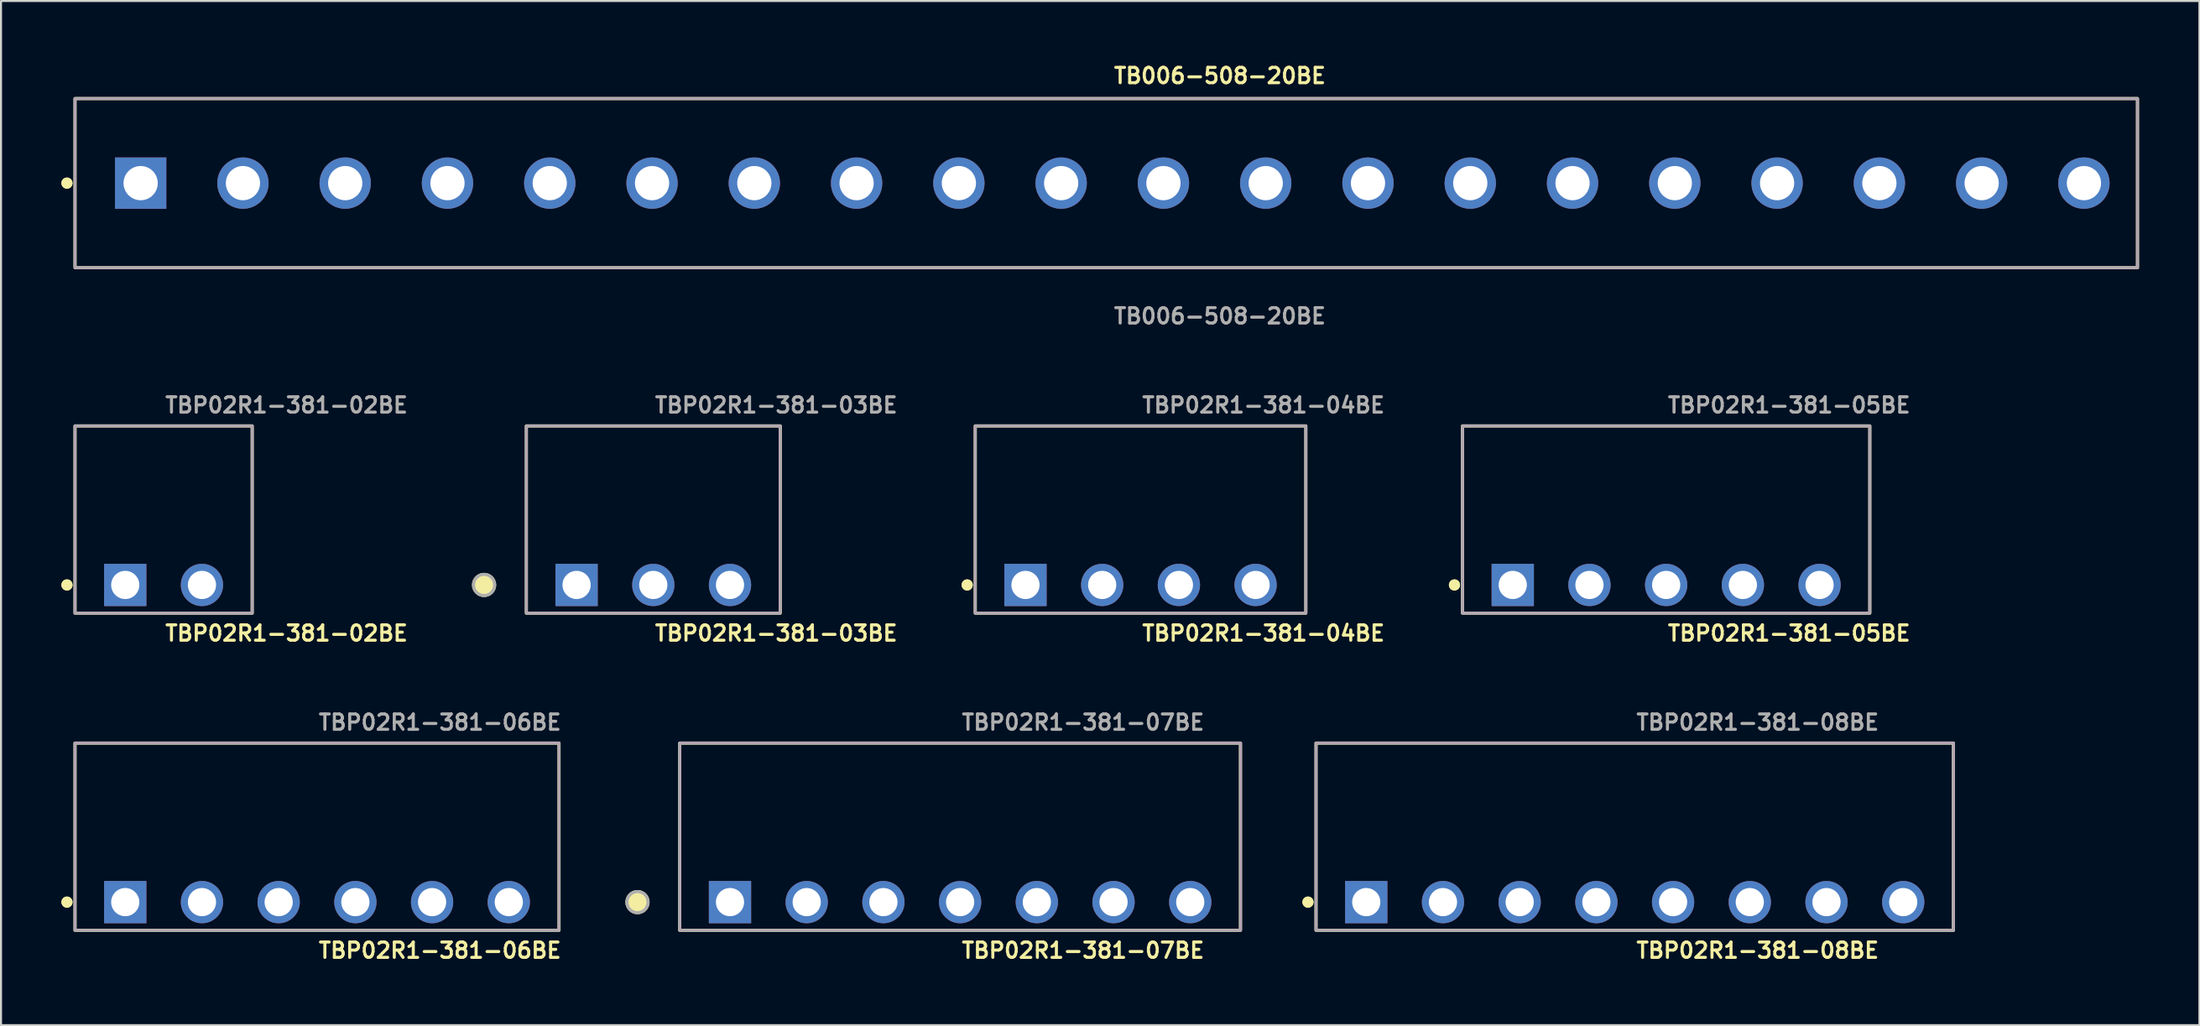
<source format=kicad_pcb>
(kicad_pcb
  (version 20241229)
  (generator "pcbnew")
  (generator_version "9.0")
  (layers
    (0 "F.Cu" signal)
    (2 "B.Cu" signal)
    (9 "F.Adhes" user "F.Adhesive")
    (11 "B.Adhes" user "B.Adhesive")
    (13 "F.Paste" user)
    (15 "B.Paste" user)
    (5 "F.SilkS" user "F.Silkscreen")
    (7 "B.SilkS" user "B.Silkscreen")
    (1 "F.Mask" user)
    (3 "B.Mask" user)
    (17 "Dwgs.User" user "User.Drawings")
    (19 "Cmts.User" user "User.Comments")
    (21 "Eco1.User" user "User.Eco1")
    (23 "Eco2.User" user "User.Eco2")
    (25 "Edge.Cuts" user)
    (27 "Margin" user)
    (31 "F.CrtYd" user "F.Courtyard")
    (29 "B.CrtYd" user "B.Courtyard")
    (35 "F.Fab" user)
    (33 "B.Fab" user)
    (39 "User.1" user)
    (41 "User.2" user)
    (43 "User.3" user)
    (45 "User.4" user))
  (footprint "TBP02R1-381-08BE"
    (layer "F.Cu")
    (at 78.145 41.764)
    (property "Reference" "TBP02R1-381-08BE" (at 0 2.4 0) (unlocked yes) (layer "F.SilkS") (effects (font (size 0.762 0.762) (thickness 0.152)) (justify left)))
    (fp_rect (start -15.83 1.4) (end 15.83 -7.9) (stroke (width 0.152) (type solid)) (fill no) (layer "F.SilkS"))
    (fp_circle (center -16.23 0) (end -16.43 0) (stroke (width 0.152) (type solid)) (fill yes) (layer "F.SilkS"))
    (fp_circle (center -16.23 0) (end -16.43 0) (stroke (width 0.152) (type solid)) (fill yes) (layer "F.SilkS"))
    (fp_rect (start -15.83 1.4) (end 15.83 -7.9) (stroke (width 0.006) (type solid)) (fill no) (layer "F.CrtYd"))
    (fp_rect (start -15.83 1.4) (end 15.83 -7.9) (stroke (width 0.152) (type solid)) (fill no) (layer "F.Fab"))
    (fp_text user "${REFERENCE}" (at 0 -8.93 0) (unlocked yes) (layer "F.Fab") (effects (font (size 0.762 0.762) (thickness 0.152)) (justify left)))
    (pad "1" thru_hole rect (at -13.335 0) (size 2.1 2.1) (drill 1.4) (layers "*.Cu" "*.Mask"))
    (pad "2" thru_hole circle (at -9.525 0) (size 2.1 2.1) (drill 1.4) (layers "*.Cu" "*.Mask"))
    (pad "3" thru_hole circle (at -5.715 0) (size 2.1 2.1) (drill 1.4) (layers "*.Cu" "*.Mask"))
    (pad "4" thru_hole circle (at -1.905 0) (size 2.1 2.1) (drill 1.4) (layers "*.Cu" "*.Mask"))
    (pad "5" thru_hole circle (at 1.905 0) (size 2.1 2.1) (drill 1.4) (layers "*.Cu" "*.Mask"))
    (pad "6" thru_hole circle (at 5.715 0) (size 2.1 2.1) (drill 1.4) (layers "*.Cu" "*.Mask"))
    (pad "7" thru_hole circle (at 9.525 0) (size 2.1 2.1) (drill 1.4) (layers "*.Cu" "*.Mask"))
    (pad "8" thru_hole circle (at 13.335 0) (size 2.1 2.1) (drill 1.4) (layers "*.Cu" "*.Mask")))
  (footprint "TBP02R1-381-05BE"
    (layer "F.Cu")
    (at 79.706 26.008)
    (property "Reference" "TBP02R1-381-05BE" (at 0 2.4 0) (unlocked yes) (layer "F.SilkS") (effects (font (size 0.762 0.762) (thickness 0.152)) (justify left)))
    (fp_rect (start -10.115 1.4) (end 10.115 -7.9) (stroke (width 0.152) (type solid)) (fill no) (layer "F.SilkS"))
    (fp_circle (center -10.515 0) (end -10.715 0) (stroke (width 0.152) (type solid)) (fill yes) (layer "F.SilkS"))
    (fp_circle (center -10.515 0) (end -10.715 0) (stroke (width 0.152) (type solid)) (fill yes) (layer "F.SilkS"))
    (fp_rect (start -10.115 1.4) (end 10.115 -7.9) (stroke (width 0.006) (type solid)) (fill no) (layer "F.CrtYd"))
    (fp_rect (start -10.115 1.4) (end 10.115 -7.9) (stroke (width 0.152) (type solid)) (fill no) (layer "F.Fab"))
    (fp_text user "${REFERENCE}" (at 0 -8.93 0) (unlocked yes) (layer "F.Fab") (effects (font (size 0.762 0.762) (thickness 0.152)) (justify left)))
    (pad "1" thru_hole rect (at -7.62 0) (size 2.1 2.1) (drill 1.4) (layers "*.Cu" "*.Mask"))
    (pad "2" thru_hole circle (at -3.81 0) (size 2.1 2.1) (drill 1.4) (layers "*.Cu" "*.Mask"))
    (pad "3" thru_hole circle (at 0 0) (size 2.1 2.1) (drill 1.4) (layers "*.Cu" "*.Mask"))
    (pad "4" thru_hole circle (at 3.81 0) (size 2.1 2.1) (drill 1.4) (layers "*.Cu" "*.Mask"))
    (pad "5" thru_hole circle (at 7.62 0) (size 2.1 2.1) (drill 1.4) (layers "*.Cu" "*.Mask")))
  (footprint "TBP02R1-381-06BE"
    (layer "F.Cu")
    (at 12.696 41.764)
    (property "Reference" "TBP02R1-381-06BE" (at 0 2.4 0) (unlocked yes) (layer "F.SilkS") (effects (font (size 0.762 0.762) (thickness 0.152)) (justify left)))
    (fp_rect (start -12.02 1.4) (end 12.02 -7.9) (stroke (width 0.152) (type solid)) (fill no) (layer "F.SilkS"))
    (fp_circle (center -12.42 0) (end -12.62 0) (stroke (width 0.152) (type solid)) (fill yes) (layer "F.SilkS"))
    (fp_circle (center -12.42 0) (end -12.62 0) (stroke (width 0.152) (type solid)) (fill yes) (layer "F.SilkS"))
    (fp_rect (start -12.02 1.4) (end 12.02 -7.9) (stroke (width 0.006) (type solid)) (fill no) (layer "F.CrtYd"))
    (fp_rect (start -12.02 1.4) (end 12.02 -7.9) (stroke (width 0.152) (type solid)) (fill no) (layer "F.Fab"))
    (fp_text user "${REFERENCE}" (at 0 -8.93 0) (unlocked yes) (layer "F.Fab") (effects (font (size 0.762 0.762) (thickness 0.152)) (justify left)))
    (pad "1" thru_hole rect (at -9.525 0) (size 2.1 2.1) (drill 1.4) (layers "*.Cu" "*.Mask"))
    (pad "2" thru_hole circle (at -5.715 0) (size 2.1 2.1) (drill 1.4) (layers "*.Cu" "*.Mask"))
    (pad "3" thru_hole circle (at -1.905 0) (size 2.1 2.1) (drill 1.4) (layers "*.Cu" "*.Mask"))
    (pad "4" thru_hole circle (at 1.905 0) (size 2.1 2.1) (drill 1.4) (layers "*.Cu" "*.Mask"))
    (pad "5" thru_hole circle (at 5.715 0) (size 2.1 2.1) (drill 1.4) (layers "*.Cu" "*.Mask"))
    (pad "6" thru_hole circle (at 9.525 0) (size 2.1 2.1) (drill 1.4) (layers "*.Cu" "*.Mask")))
  (footprint "TBP02R1-381-07BE"
    (layer "F.Cu")
    (at 44.638 41.764)
    (property "Reference" "TBP02R1-381-07BE" (at 0 2.4 0) (unlocked yes) (layer "F.SilkS") (effects (font (size 0.762 0.762) (thickness 0.152)) (justify left)))
    (fp_rect (start -13.925 1.4) (end 13.925 -7.9) (stroke (width 0.152) (type solid)) (fill no) (layer "F.SilkS"))
    (fp_circle (center -16.025 0) (end -16.55 0) (stroke (width 0.152) (type solid)) (fill yes) (layer "F.SilkS"))
    (fp_rect (start -13.925 1.4) (end 13.925 -7.9) (stroke (width 0.006) (type solid)) (fill no) (layer "F.CrtYd"))
    (fp_rect (start -13.925 1.4) (end 13.925 -7.9) (stroke (width 0.152) (type solid)) (fill no) (layer "F.Fab"))
    (fp_circle (center -16.025 0) (end -16.55 0) (stroke (width 0.152) (type solid)) (fill no) (layer "F.Fab"))
    (fp_text user "${REFERENCE}" (at 0 -8.93 0) (unlocked yes) (layer "F.Fab") (effects (font (size 0.762 0.762) (thickness 0.152)) (justify left)))
    (pad "1" thru_hole rect (at -11.43 0) (size 2.1 2.1) (drill 1.4) (layers "*.Cu" "*.Mask"))
    (pad "2" thru_hole circle (at -7.62 0) (size 2.1 2.1) (drill 1.4) (layers "*.Cu" "*.Mask"))
    (pad "3" thru_hole circle (at -3.81 0) (size 2.1 2.1) (drill 1.4) (layers "*.Cu" "*.Mask"))
    (pad "4" thru_hole circle (at 0 0) (size 2.1 2.1) (drill 1.4) (layers "*.Cu" "*.Mask"))
    (pad "5" thru_hole circle (at 3.81 0) (size 2.1 2.1) (drill 1.4) (layers "*.Cu" "*.Mask"))
    (pad "6" thru_hole circle (at 7.62 0) (size 2.1 2.1) (drill 1.4) (layers "*.Cu" "*.Mask"))
    (pad "7" thru_hole circle (at 11.43 0) (size 2.1 2.1) (drill 1.4) (layers "*.Cu" "*.Mask")))
  (footprint "TBP02R1-381-03BE"
    (layer "F.Cu")
    (at 29.398 26.008)
    (property "Reference" "TBP02R1-381-03BE" (at 0 2.4 0) (unlocked yes) (layer "F.SilkS") (effects (font (size 0.762 0.762) (thickness 0.152)) (justify left)))
    (fp_rect (start -6.305 1.4) (end 6.305 -7.9) (stroke (width 0.152) (type solid)) (fill no) (layer "F.SilkS"))
    (fp_circle (center -8.405 0) (end -8.93 0) (stroke (width 0.152) (type solid)) (fill yes) (layer "F.SilkS"))
    (fp_rect (start -6.305 1.4) (end 6.305 -7.9) (stroke (width 0.006) (type solid)) (fill no) (layer "F.CrtYd"))
    (fp_rect (start -6.305 1.4) (end 6.305 -7.9) (stroke (width 0.152) (type solid)) (fill no) (layer "F.Fab"))
    (fp_circle (center -8.405 0) (end -8.93 0) (stroke (width 0.152) (type solid)) (fill no) (layer "F.Fab"))
    (fp_text user "${REFERENCE}" (at 0 -8.93 0) (unlocked yes) (layer "F.Fab") (effects (font (size 0.762 0.762) (thickness 0.152)) (justify left)))
    (pad "1" thru_hole rect (at -3.81 0) (size 2.1 2.1) (drill 1.4) (layers "*.Cu" "*.Mask"))
    (pad "2" thru_hole circle (at 0 0) (size 2.1 2.1) (drill 1.4) (layers "*.Cu" "*.Mask"))
    (pad "3" thru_hole circle (at 3.81 0) (size 2.1 2.1) (drill 1.4) (layers "*.Cu" "*.Mask")))
  (footprint "TBP02R1-381-02BE"
    (layer "F.Cu")
    (at 5.076 26.008)
    (property "Reference" "TBP02R1-381-02BE" (at 0 2.4 0) (unlocked yes) (layer "F.SilkS") (effects (font (size 0.762 0.762) (thickness 0.152)) (justify left)))
    (fp_rect (start -4.4 1.4) (end 4.4 -7.9) (stroke (width 0.152) (type solid)) (fill no) (layer "F.SilkS"))
    (fp_circle (center -4.8 0) (end -5 0) (stroke (width 0.152) (type solid)) (fill yes) (layer "F.SilkS"))
    (fp_circle (center -4.8 0) (end -5 0) (stroke (width 0.152) (type solid)) (fill yes) (layer "F.SilkS"))
    (fp_rect (start -4.4 1.4) (end 4.4 -7.9) (stroke (width 0.006) (type solid)) (fill no) (layer "F.CrtYd"))
    (fp_rect (start -4.4 1.4) (end 4.4 -7.9) (stroke (width 0.152) (type solid)) (fill no) (layer "F.Fab"))
    (fp_text user "${REFERENCE}" (at 0 -8.93 0) (unlocked yes) (layer "F.Fab") (effects (font (size 0.762 0.762) (thickness 0.152)) (justify left)))
    (pad "1" thru_hole rect (at -1.905 0) (size 2.1 2.1) (drill 1.4) (layers "*.Cu" "*.Mask"))
    (pad "2" thru_hole circle (at 1.905 0) (size 2.1 2.1) (drill 1.4) (layers "*.Cu" "*.Mask")))
  (footprint "TB006-508-20BE"
    (layer "F.Cu")
    (at 52.196 6.047)
    (property "Reference" "TB006-508-20BE" (at 0 -5.334 0) (unlocked yes) (layer "F.SilkS") (effects (font (size 0.762 0.762) (thickness 0.152)) (justify left)))
    (fp_rect (start -51.52 4.2) (end 50.92 -4.2) (stroke (width 0.152) (type solid)) (fill no) (layer "F.SilkS"))
    (fp_circle (center -51.92 0) (end -52.12 0) (stroke (width 0.152) (type solid)) (fill yes) (layer "F.SilkS"))
    (fp_circle (center -51.92 0) (end -52.12 0) (stroke (width 0.152) (type solid)) (fill yes) (layer "F.SilkS"))
    (fp_rect (start -51.52 4.2) (end 50.92 -4.2) (stroke (width 0.006) (type solid)) (fill no) (layer "F.CrtYd"))
    (fp_rect (start -51.52 4.2) (end 50.92 -4.2) (stroke (width 0.152) (type solid)) (fill no) (layer "F.Fab"))
    (fp_text user "${REFERENCE}" (at 0 6.604 0) (unlocked yes) (layer "F.Fab") (effects (font (size 0.762 0.762) (thickness 0.152)) (justify left)))
    (pad "1" thru_hole rect (at -48.26 0) (size 2.55 2.55) (drill 1.7) (layers "*.Cu" "*.Mask"))
    (pad "2" thru_hole circle (at -43.18 0) (size 2.55 2.55) (drill 1.7) (layers "*.Cu" "*.Mask"))
    (pad "3" thru_hole circle (at -38.1 0) (size 2.55 2.55) (drill 1.7) (layers "*.Cu" "*.Mask"))
    (pad "4" thru_hole circle (at -33.02 0) (size 2.55 2.55) (drill 1.7) (layers "*.Cu" "*.Mask"))
    (pad "5" thru_hole circle (at -27.94 0) (size 2.55 2.55) (drill 1.7) (layers "*.Cu" "*.Mask"))
    (pad "6" thru_hole circle (at -22.86 0) (size 2.55 2.55) (drill 1.7) (layers "*.Cu" "*.Mask"))
    (pad "7" thru_hole circle (at -17.78 0) (size 2.55 2.55) (drill 1.7) (layers "*.Cu" "*.Mask"))
    (pad "8" thru_hole circle (at -12.7 0) (size 2.55 2.55) (drill 1.7) (layers "*.Cu" "*.Mask"))
    (pad "9" thru_hole circle (at -7.62 0) (size 2.55 2.55) (drill 1.7) (layers "*.Cu" "*.Mask"))
    (pad "10" thru_hole circle (at -2.54 0) (size 2.55 2.55) (drill 1.7) (layers "*.Cu" "*.Mask"))
    (pad "11" thru_hole circle (at 2.54 0) (size 2.55 2.55) (drill 1.7) (layers "*.Cu" "*.Mask"))
    (pad "12" thru_hole circle (at 7.62 0) (size 2.55 2.55) (drill 1.7) (layers "*.Cu" "*.Mask"))
    (pad "13" thru_hole circle (at 12.7 0) (size 2.55 2.55) (drill 1.7) (layers "*.Cu" "*.Mask"))
    (pad "14" thru_hole circle (at 17.78 0) (size 2.55 2.55) (drill 1.7) (layers "*.Cu" "*.Mask"))
    (pad "15" thru_hole circle (at 22.86 0) (size 2.55 2.55) (drill 1.7) (layers "*.Cu" "*.Mask"))
    (pad "16" thru_hole circle (at 27.94 0) (size 2.55 2.55) (drill 1.7) (layers "*.Cu" "*.Mask"))
    (pad "17" thru_hole circle (at 33.02 0) (size 2.55 2.55) (drill 1.7) (layers "*.Cu" "*.Mask"))
    (pad "18" thru_hole circle (at 38.1 0) (size 2.55 2.55) (drill 1.7) (layers "*.Cu" "*.Mask"))
    (pad "19" thru_hole circle (at 43.18 0) (size 2.55 2.55) (drill 1.7) (layers "*.Cu" "*.Mask"))
    (pad "20" thru_hole circle (at 48.26 0) (size 2.55 2.55) (drill 1.7) (layers "*.Cu" "*.Mask")))
  (footprint "TBP02R1-381-04BE"
    (layer "F.Cu")
    (at 53.599 26.008)
    (property "Reference" "TBP02R1-381-04BE" (at 0 2.4 0) (unlocked yes) (layer "F.SilkS") (effects (font (size 0.762 0.762) (thickness 0.152)) (justify left)))
    (fp_rect (start -8.21 1.4) (end 8.21 -7.9) (stroke (width 0.152) (type solid)) (fill no) (layer "F.SilkS"))
    (fp_circle (center -8.61 0) (end -8.81 0) (stroke (width 0.152) (type solid)) (fill yes) (layer "F.SilkS"))
    (fp_circle (center -8.61 0) (end -8.81 0) (stroke (width 0.152) (type solid)) (fill yes) (layer "F.SilkS"))
    (fp_rect (start -8.21 1.4) (end 8.21 -7.9) (stroke (width 0.006) (type solid)) (fill no) (layer "F.CrtYd"))
    (fp_rect (start -8.21 1.4) (end 8.21 -7.9) (stroke (width 0.152) (type solid)) (fill no) (layer "F.Fab"))
    (fp_text user "${REFERENCE}" (at 0 -8.93 0) (unlocked yes) (layer "F.Fab") (effects (font (size 0.762 0.762) (thickness 0.152)) (justify left)))
    (pad "1" thru_hole rect (at -5.715 0) (size 2.1 2.1) (drill 1.4) (layers "*.Cu" "*.Mask"))
    (pad "2" thru_hole circle (at -1.905 0) (size 2.1 2.1) (drill 1.4) (layers "*.Cu" "*.Mask"))
    (pad "3" thru_hole circle (at 1.905 0) (size 2.1 2.1) (drill 1.4) (layers "*.Cu" "*.Mask"))
    (pad "4" thru_hole circle (at 5.715 0) (size 2.1 2.1) (drill 1.4) (layers "*.Cu" "*.Mask")))
  (gr_rect
    (start -3 -3)
    (end 106.192 47.877)
    (stroke (width 0.1) (type default))
    (fill no)
    (layer "Edge.Cuts")))
</source>
